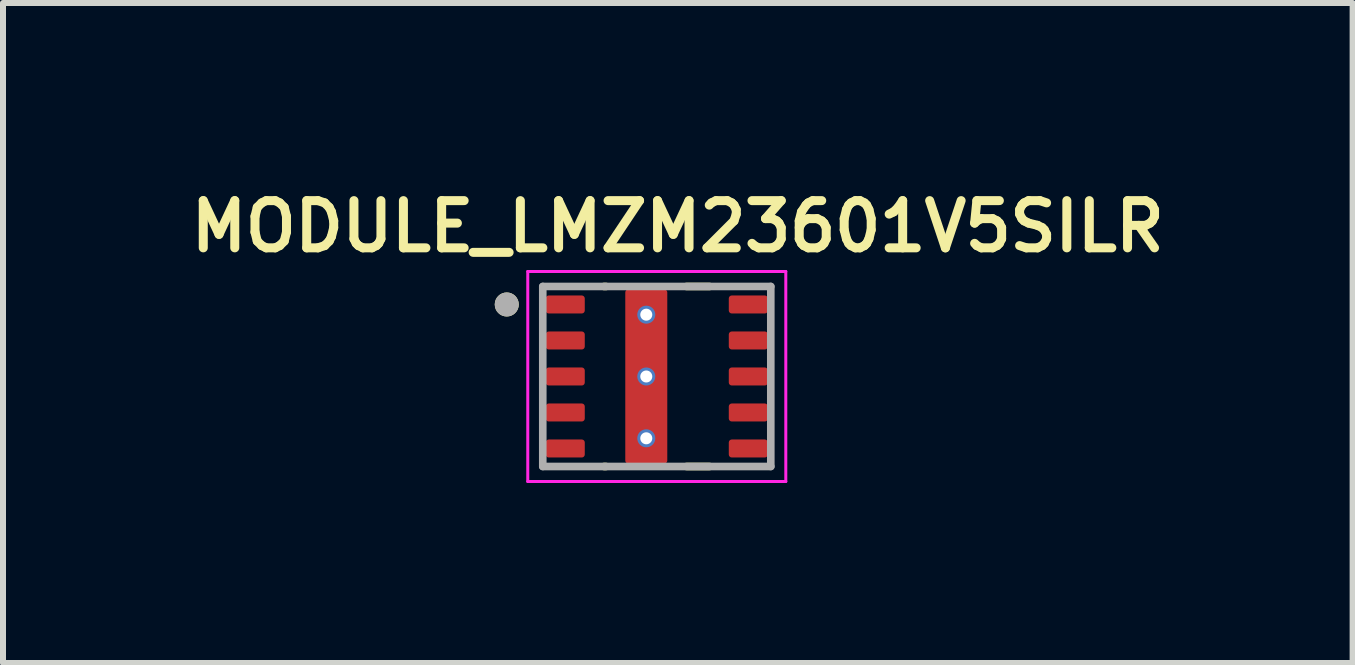
<source format=kicad_pcb>
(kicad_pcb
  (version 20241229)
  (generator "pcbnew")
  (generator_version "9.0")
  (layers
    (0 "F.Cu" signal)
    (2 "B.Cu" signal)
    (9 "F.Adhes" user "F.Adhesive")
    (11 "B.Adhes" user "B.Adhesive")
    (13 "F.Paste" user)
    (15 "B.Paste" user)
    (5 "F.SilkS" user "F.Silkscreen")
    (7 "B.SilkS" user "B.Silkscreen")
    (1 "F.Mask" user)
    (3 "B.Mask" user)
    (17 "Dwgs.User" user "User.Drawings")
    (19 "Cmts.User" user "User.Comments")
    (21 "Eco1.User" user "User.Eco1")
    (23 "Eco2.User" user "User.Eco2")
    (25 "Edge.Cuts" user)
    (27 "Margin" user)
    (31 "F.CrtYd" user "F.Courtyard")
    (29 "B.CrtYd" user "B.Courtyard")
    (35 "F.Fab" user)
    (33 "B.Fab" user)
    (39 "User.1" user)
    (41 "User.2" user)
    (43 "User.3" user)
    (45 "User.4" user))
  (footprint "MODULE_LMZM23601V5SILR"
    (layer "F.Cu")
    (at 7.895 3.224)
    (property "Reference" "MODULE_LMZM23601V5SILR" (at 0.35 -2.5 0) (layer "F.SilkS") (effects (font (size 0.787 0.787) (thickness 0.15))))
    (attr smd)
    (fp_poly (pts (xy -1.8 -1.4) (xy -1.25 -1.4) (xy -1.245 -1.4) (xy -1.24 -1.399) (xy -1.234 -1.399) (xy -1.229 -1.398) (xy -1.224 -1.397) (xy -1.219 -1.395) (xy -1.214 -1.393) (xy -1.209 -1.391) (xy -1.205 -1.389) (xy -1.2 -1.387) (xy -1.196 -1.384) (xy -1.191 -1.381) (xy -1.187 -1.378) (xy -1.183 -1.374) (xy -1.179 -1.371) (xy -1.176 -1.367) (xy -1.172 -1.363) (xy -1.169 -1.359) (xy -1.166 -1.354) (xy -1.163 -1.35) (xy -1.161 -1.345) (xy -1.159 -1.341) (xy -1.157 -1.336) (xy -1.155 -1.331) (xy -1.153 -1.326) (xy -1.152 -1.321) (xy -1.151 -1.316) (xy -1.151 -1.31) (xy -1.15 -1.305) (xy -1.15 -1.3) (xy -1.15 -1.1) (xy -1.15 -1.095) (xy -1.151 -1.09) (xy -1.151 -1.084) (xy -1.152 -1.079) (xy -1.153 -1.074) (xy -1.155 -1.069) (xy -1.157 -1.064) (xy -1.159 -1.059) (xy -1.161 -1.055) (xy -1.163 -1.05) (xy -1.166 -1.046) (xy -1.169 -1.041) (xy -1.172 -1.037) (xy -1.176 -1.033) (xy -1.179 -1.029) (xy -1.183 -1.026) (xy -1.187 -1.022) (xy -1.191 -1.019) (xy -1.196 -1.016) (xy -1.2 -1.013) (xy -1.205 -1.011) (xy -1.209 -1.009) (xy -1.214 -1.007) (xy -1.219 -1.005) (xy -1.224 -1.003) (xy -1.229 -1.002) (xy -1.234 -1.001) (xy -1.24 -1.001) (xy -1.245 -1) (xy -1.25 -1) (xy -1.8 -1) (xy -1.805 -1) (xy -1.81 -1.001) (xy -1.816 -1.001) (xy -1.821 -1.002) (xy -1.826 -1.003) (xy -1.831 -1.005) (xy -1.836 -1.007) (xy -1.841 -1.009) (xy -1.845 -1.011) (xy -1.85 -1.013) (xy -1.854 -1.016) (xy -1.859 -1.019) (xy -1.863 -1.022) (xy -1.867 -1.026) (xy -1.871 -1.029) (xy -1.874 -1.033) (xy -1.878 -1.037) (xy -1.881 -1.041) (xy -1.884 -1.046) (xy -1.887 -1.05) (xy -1.889 -1.055) (xy -1.891 -1.059) (xy -1.893 -1.064) (xy -1.895 -1.069) (xy -1.897 -1.074) (xy -1.898 -1.079) (xy -1.899 -1.084) (xy -1.899 -1.09) (xy -1.9 -1.095) (xy -1.9 -1.1) (xy -1.9 -1.3) (xy -1.9 -1.305) (xy -1.899 -1.31) (xy -1.899 -1.316) (xy -1.898 -1.321) (xy -1.897 -1.326) (xy -1.895 -1.331) (xy -1.893 -1.336) (xy -1.891 -1.341) (xy -1.889 -1.345) (xy -1.887 -1.35) (xy -1.884 -1.354) (xy -1.881 -1.359) (xy -1.878 -1.363) (xy -1.874 -1.367) (xy -1.871 -1.371) (xy -1.867 -1.374) (xy -1.863 -1.378) (xy -1.859 -1.381) (xy -1.854 -1.384) (xy -1.85 -1.387) (xy -1.845 -1.389) (xy -1.841 -1.391) (xy -1.836 -1.393) (xy -1.831 -1.395) (xy -1.826 -1.397) (xy -1.821 -1.398) (xy -1.816 -1.399) (xy -1.81 -1.399) (xy -1.805 -1.4) (xy -1.8 -1.4)) (stroke (width 0.01) (type solid)) (fill yes) (layer "F.Mask"))
    (fp_poly (pts (xy -1.8 -0.8) (xy -1.25 -0.8) (xy -1.245 -0.8) (xy -1.24 -0.799) (xy -1.234 -0.799) (xy -1.229 -0.798) (xy -1.224 -0.797) (xy -1.219 -0.795) (xy -1.214 -0.793) (xy -1.209 -0.791) (xy -1.205 -0.789) (xy -1.2 -0.787) (xy -1.196 -0.784) (xy -1.191 -0.781) (xy -1.187 -0.778) (xy -1.183 -0.774) (xy -1.179 -0.771) (xy -1.176 -0.767) (xy -1.172 -0.763) (xy -1.169 -0.759) (xy -1.166 -0.754) (xy -1.163 -0.75) (xy -1.161 -0.745) (xy -1.159 -0.741) (xy -1.157 -0.736) (xy -1.155 -0.731) (xy -1.153 -0.726) (xy -1.152 -0.721) (xy -1.151 -0.716) (xy -1.151 -0.71) (xy -1.15 -0.705) (xy -1.15 -0.7) (xy -1.15 -0.5) (xy -1.15 -0.495) (xy -1.151 -0.49) (xy -1.151 -0.484) (xy -1.152 -0.479) (xy -1.153 -0.474) (xy -1.155 -0.469) (xy -1.157 -0.464) (xy -1.159 -0.459) (xy -1.161 -0.455) (xy -1.163 -0.45) (xy -1.166 -0.446) (xy -1.169 -0.441) (xy -1.172 -0.437) (xy -1.176 -0.433) (xy -1.179 -0.429) (xy -1.183 -0.426) (xy -1.187 -0.422) (xy -1.191 -0.419) (xy -1.196 -0.416) (xy -1.2 -0.413) (xy -1.205 -0.411) (xy -1.209 -0.409) (xy -1.214 -0.407) (xy -1.219 -0.405) (xy -1.224 -0.403) (xy -1.229 -0.402) (xy -1.234 -0.401) (xy -1.24 -0.401) (xy -1.245 -0.4) (xy -1.25 -0.4) (xy -1.8 -0.4) (xy -1.805 -0.4) (xy -1.81 -0.401) (xy -1.816 -0.401) (xy -1.821 -0.402) (xy -1.826 -0.403) (xy -1.831 -0.405) (xy -1.836 -0.407) (xy -1.841 -0.409) (xy -1.845 -0.411) (xy -1.85 -0.413) (xy -1.854 -0.416) (xy -1.859 -0.419) (xy -1.863 -0.422) (xy -1.867 -0.426) (xy -1.871 -0.429) (xy -1.874 -0.433) (xy -1.878 -0.437) (xy -1.881 -0.441) (xy -1.884 -0.446) (xy -1.887 -0.45) (xy -1.889 -0.455) (xy -1.891 -0.459) (xy -1.893 -0.464) (xy -1.895 -0.469) (xy -1.897 -0.474) (xy -1.898 -0.479) (xy -1.899 -0.484) (xy -1.899 -0.49) (xy -1.9 -0.495) (xy -1.9 -0.5) (xy -1.9 -0.7) (xy -1.9 -0.705) (xy -1.899 -0.71) (xy -1.899 -0.716) (xy -1.898 -0.721) (xy -1.897 -0.726) (xy -1.895 -0.731) (xy -1.893 -0.736) (xy -1.891 -0.741) (xy -1.889 -0.745) (xy -1.887 -0.75) (xy -1.884 -0.754) (xy -1.881 -0.759) (xy -1.878 -0.763) (xy -1.874 -0.767) (xy -1.871 -0.771) (xy -1.867 -0.774) (xy -1.863 -0.778) (xy -1.859 -0.781) (xy -1.854 -0.784) (xy -1.85 -0.787) (xy -1.845 -0.789) (xy -1.841 -0.791) (xy -1.836 -0.793) (xy -1.831 -0.795) (xy -1.826 -0.797) (xy -1.821 -0.798) (xy -1.816 -0.799) (xy -1.81 -0.799) (xy -1.805 -0.8) (xy -1.8 -0.8)) (stroke (width 0.01) (type solid)) (fill yes) (layer "F.Mask"))
    (fp_poly (pts (xy -1.8 0.4) (xy -1.25 0.4) (xy -1.245 0.4) (xy -1.24 0.401) (xy -1.234 0.401) (xy -1.229 0.402) (xy -1.224 0.403) (xy -1.219 0.405) (xy -1.214 0.407) (xy -1.209 0.409) (xy -1.205 0.411) (xy -1.2 0.413) (xy -1.196 0.416) (xy -1.191 0.419) (xy -1.187 0.422) (xy -1.183 0.426) (xy -1.179 0.429) (xy -1.176 0.433) (xy -1.172 0.437) (xy -1.169 0.441) (xy -1.166 0.446) (xy -1.163 0.45) (xy -1.161 0.455) (xy -1.159 0.459) (xy -1.157 0.464) (xy -1.155 0.469) (xy -1.153 0.474) (xy -1.152 0.479) (xy -1.151 0.484) (xy -1.151 0.49) (xy -1.15 0.495) (xy -1.15 0.5) (xy -1.15 0.7) (xy -1.15 0.705) (xy -1.151 0.71) (xy -1.151 0.716) (xy -1.152 0.721) (xy -1.153 0.726) (xy -1.155 0.731) (xy -1.157 0.736) (xy -1.159 0.741) (xy -1.161 0.745) (xy -1.163 0.75) (xy -1.166 0.754) (xy -1.169 0.759) (xy -1.172 0.763) (xy -1.176 0.767) (xy -1.179 0.771) (xy -1.183 0.774) (xy -1.187 0.778) (xy -1.191 0.781) (xy -1.196 0.784) (xy -1.2 0.787) (xy -1.205 0.789) (xy -1.209 0.791) (xy -1.214 0.793) (xy -1.219 0.795) (xy -1.224 0.797) (xy -1.229 0.798) (xy -1.234 0.799) (xy -1.24 0.799) (xy -1.245 0.8) (xy -1.25 0.8) (xy -1.8 0.8) (xy -1.805 0.8) (xy -1.81 0.799) (xy -1.816 0.799) (xy -1.821 0.798) (xy -1.826 0.797) (xy -1.831 0.795) (xy -1.836 0.793) (xy -1.841 0.791) (xy -1.845 0.789) (xy -1.85 0.787) (xy -1.854 0.784) (xy -1.859 0.781) (xy -1.863 0.778) (xy -1.867 0.774) (xy -1.871 0.771) (xy -1.874 0.767) (xy -1.878 0.763) (xy -1.881 0.759) (xy -1.884 0.754) (xy -1.887 0.75) (xy -1.889 0.745) (xy -1.891 0.741) (xy -1.893 0.736) (xy -1.895 0.731) (xy -1.897 0.726) (xy -1.898 0.721) (xy -1.899 0.716) (xy -1.899 0.71) (xy -1.9 0.705) (xy -1.9 0.7) (xy -1.9 0.5) (xy -1.9 0.495) (xy -1.899 0.49) (xy -1.899 0.484) (xy -1.898 0.479) (xy -1.897 0.474) (xy -1.895 0.469) (xy -1.893 0.464) (xy -1.891 0.459) (xy -1.889 0.455) (xy -1.887 0.45) (xy -1.884 0.446) (xy -1.881 0.441) (xy -1.878 0.437) (xy -1.874 0.433) (xy -1.871 0.429) (xy -1.867 0.426) (xy -1.863 0.422) (xy -1.859 0.419) (xy -1.854 0.416) (xy -1.85 0.413) (xy -1.845 0.411) (xy -1.841 0.409) (xy -1.836 0.407) (xy -1.831 0.405) (xy -1.826 0.403) (xy -1.821 0.402) (xy -1.816 0.401) (xy -1.81 0.401) (xy -1.805 0.4) (xy -1.8 0.4)) (stroke (width 0.01) (type solid)) (fill yes) (layer "F.Mask"))
    (fp_poly (pts (xy -1.8 1) (xy -1.25 1) (xy -1.245 1) (xy -1.24 1.001) (xy -1.234 1.001) (xy -1.229 1.002) (xy -1.224 1.003) (xy -1.219 1.005) (xy -1.214 1.007) (xy -1.209 1.009) (xy -1.205 1.011) (xy -1.2 1.013) (xy -1.196 1.016) (xy -1.191 1.019) (xy -1.187 1.022) (xy -1.183 1.026) (xy -1.179 1.029) (xy -1.176 1.033) (xy -1.172 1.037) (xy -1.169 1.041) (xy -1.166 1.046) (xy -1.163 1.05) (xy -1.161 1.055) (xy -1.159 1.059) (xy -1.157 1.064) (xy -1.155 1.069) (xy -1.153 1.074) (xy -1.152 1.079) (xy -1.151 1.084) (xy -1.151 1.09) (xy -1.15 1.095) (xy -1.15 1.1) (xy -1.15 1.3) (xy -1.15 1.305) (xy -1.151 1.31) (xy -1.151 1.316) (xy -1.152 1.321) (xy -1.153 1.326) (xy -1.155 1.331) (xy -1.157 1.336) (xy -1.159 1.341) (xy -1.161 1.345) (xy -1.163 1.35) (xy -1.166 1.354) (xy -1.169 1.359) (xy -1.172 1.363) (xy -1.176 1.367) (xy -1.179 1.371) (xy -1.183 1.374) (xy -1.187 1.378) (xy -1.191 1.381) (xy -1.196 1.384) (xy -1.2 1.387) (xy -1.205 1.389) (xy -1.209 1.391) (xy -1.214 1.393) (xy -1.219 1.395) (xy -1.224 1.397) (xy -1.229 1.398) (xy -1.234 1.399) (xy -1.24 1.399) (xy -1.245 1.4) (xy -1.25 1.4) (xy -1.8 1.4) (xy -1.805 1.4) (xy -1.81 1.399) (xy -1.816 1.399) (xy -1.821 1.398) (xy -1.826 1.397) (xy -1.831 1.395) (xy -1.836 1.393) (xy -1.841 1.391) (xy -1.845 1.389) (xy -1.85 1.387) (xy -1.854 1.384) (xy -1.859 1.381) (xy -1.863 1.378) (xy -1.867 1.374) (xy -1.871 1.371) (xy -1.874 1.367) (xy -1.878 1.363) (xy -1.881 1.359) (xy -1.884 1.354) (xy -1.887 1.35) (xy -1.889 1.345) (xy -1.891 1.341) (xy -1.893 1.336) (xy -1.895 1.331) (xy -1.897 1.326) (xy -1.898 1.321) (xy -1.899 1.316) (xy -1.899 1.31) (xy -1.9 1.305) (xy -1.9 1.3) (xy -1.9 1.1) (xy -1.9 1.095) (xy -1.899 1.09) (xy -1.899 1.084) (xy -1.898 1.079) (xy -1.897 1.074) (xy -1.895 1.069) (xy -1.893 1.064) (xy -1.891 1.059) (xy -1.889 1.055) (xy -1.887 1.05) (xy -1.884 1.046) (xy -1.881 1.041) (xy -1.878 1.037) (xy -1.874 1.033) (xy -1.871 1.029) (xy -1.867 1.026) (xy -1.863 1.022) (xy -1.859 1.019) (xy -1.854 1.016) (xy -1.85 1.013) (xy -1.845 1.011) (xy -1.841 1.009) (xy -1.836 1.007) (xy -1.831 1.005) (xy -1.826 1.003) (xy -1.821 1.002) (xy -1.816 1.001) (xy -1.81 1.001) (xy -1.805 1) (xy -1.8 1)) (stroke (width 0.01) (type solid)) (fill yes) (layer "F.Mask"))
    (fp_poly (pts (xy -1.25 0.2) (xy -1.8 0.2) (xy -1.805 0.2) (xy -1.81 0.199) (xy -1.816 0.199) (xy -1.821 0.198) (xy -1.826 0.197) (xy -1.831 0.195) (xy -1.836 0.193) (xy -1.841 0.191) (xy -1.845 0.189) (xy -1.85 0.187) (xy -1.854 0.184) (xy -1.859 0.181) (xy -1.863 0.178) (xy -1.867 0.174) (xy -1.871 0.171) (xy -1.874 0.167) (xy -1.878 0.163) (xy -1.881 0.159) (xy -1.884 0.154) (xy -1.887 0.15) (xy -1.889 0.145) (xy -1.891 0.141) (xy -1.893 0.136) (xy -1.895 0.131) (xy -1.897 0.126) (xy -1.898 0.121) (xy -1.899 0.116) (xy -1.899 0.11) (xy -1.9 0.105) (xy -1.9 0.1) (xy -1.9 -0.1) (xy -1.9 -0.105) (xy -1.899 -0.11) (xy -1.899 -0.116) (xy -1.898 -0.121) (xy -1.897 -0.126) (xy -1.895 -0.131) (xy -1.893 -0.136) (xy -1.891 -0.141) (xy -1.889 -0.145) (xy -1.887 -0.15) (xy -1.884 -0.154) (xy -1.881 -0.159) (xy -1.878 -0.163) (xy -1.874 -0.167) (xy -1.871 -0.171) (xy -1.867 -0.174) (xy -1.863 -0.178) (xy -1.859 -0.181) (xy -1.854 -0.184) (xy -1.85 -0.187) (xy -1.845 -0.189) (xy -1.841 -0.191) (xy -1.836 -0.193) (xy -1.831 -0.195) (xy -1.826 -0.197) (xy -1.821 -0.198) (xy -1.816 -0.199) (xy -1.81 -0.199) (xy -1.805 -0.2) (xy -1.8 -0.2) (xy -1.25 -0.2) (xy -1.245 -0.2) (xy -1.24 -0.199) (xy -1.234 -0.199) (xy -1.229 -0.198) (xy -1.224 -0.197) (xy -1.219 -0.195) (xy -1.214 -0.193) (xy -1.209 -0.191) (xy -1.205 -0.189) (xy -1.2 -0.187) (xy -1.196 -0.184) (xy -1.191 -0.181) (xy -1.187 -0.178) (xy -1.183 -0.174) (xy -1.179 -0.171) (xy -1.176 -0.167) (xy -1.172 -0.163) (xy -1.169 -0.159) (xy -1.166 -0.154) (xy -1.163 -0.15) (xy -1.161 -0.145) (xy -1.159 -0.141) (xy -1.157 -0.136) (xy -1.155 -0.131) (xy -1.153 -0.126) (xy -1.152 -0.121) (xy -1.151 -0.116) (xy -1.151 -0.11) (xy -1.15 -0.105) (xy -1.15 -0.1) (xy -1.15 0.1) (xy -1.15 0.105) (xy -1.151 0.11) (xy -1.151 0.116) (xy -1.152 0.121) (xy -1.153 0.126) (xy -1.155 0.131) (xy -1.157 0.136) (xy -1.159 0.141) (xy -1.161 0.145) (xy -1.163 0.15) (xy -1.166 0.154) (xy -1.169 0.159) (xy -1.172 0.163) (xy -1.176 0.167) (xy -1.179 0.171) (xy -1.183 0.174) (xy -1.187 0.178) (xy -1.191 0.181) (xy -1.196 0.184) (xy -1.2 0.187) (xy -1.205 0.189) (xy -1.209 0.191) (xy -1.214 0.193) (xy -1.219 0.195) (xy -1.224 0.197) (xy -1.229 0.198) (xy -1.234 0.199) (xy -1.24 0.199) (xy -1.245 0.2) (xy -1.25 0.2)) (stroke (width 0.01) (type solid)) (fill yes) (layer "F.Mask"))
    (fp_poly (pts (xy -0.575 1.4) (xy -0.575 -1.4) (xy -0.575 -1.405) (xy -0.574 -1.41) (xy -0.574 -1.416) (xy -0.573 -1.421) (xy -0.572 -1.426) (xy -0.57 -1.431) (xy -0.568 -1.436) (xy -0.566 -1.441) (xy -0.564 -1.445) (xy -0.562 -1.45) (xy -0.559 -1.454) (xy -0.556 -1.459) (xy -0.553 -1.463) (xy -0.549 -1.467) (xy -0.546 -1.471) (xy -0.542 -1.474) (xy -0.538 -1.478) (xy -0.534 -1.481) (xy -0.529 -1.484) (xy -0.525 -1.487) (xy -0.52 -1.489) (xy -0.516 -1.491) (xy -0.511 -1.493) (xy -0.506 -1.495) (xy -0.501 -1.497) (xy -0.496 -1.498) (xy -0.491 -1.499) (xy -0.485 -1.499) (xy -0.48 -1.5) (xy -0.475 -1.5) (xy 0.125 -1.5) (xy 0.13 -1.5) (xy 0.135 -1.499) (xy 0.141 -1.499) (xy 0.146 -1.498) (xy 0.151 -1.497) (xy 0.156 -1.495) (xy 0.161 -1.493) (xy 0.166 -1.491) (xy 0.17 -1.489) (xy 0.175 -1.487) (xy 0.179 -1.484) (xy 0.184 -1.481) (xy 0.188 -1.478) (xy 0.192 -1.474) (xy 0.196 -1.471) (xy 0.199 -1.467) (xy 0.203 -1.463) (xy 0.206 -1.459) (xy 0.209 -1.454) (xy 0.212 -1.45) (xy 0.214 -1.445) (xy 0.216 -1.441) (xy 0.218 -1.436) (xy 0.22 -1.431) (xy 0.222 -1.426) (xy 0.223 -1.421) (xy 0.224 -1.416) (xy 0.224 -1.41) (xy 0.225 -1.405) (xy 0.225 -1.4) (xy 0.225 1.4) (xy 0.225 1.405) (xy 0.224 1.41) (xy 0.224 1.416) (xy 0.223 1.421) (xy 0.222 1.426) (xy 0.22 1.431) (xy 0.218 1.436) (xy 0.216 1.441) (xy 0.214 1.445) (xy 0.212 1.45) (xy 0.209 1.454) (xy 0.206 1.459) (xy 0.203 1.463) (xy 0.199 1.467) (xy 0.196 1.471) (xy 0.192 1.474) (xy 0.188 1.478) (xy 0.184 1.481) (xy 0.179 1.484) (xy 0.175 1.487) (xy 0.17 1.489) (xy 0.166 1.491) (xy 0.161 1.493) (xy 0.156 1.495) (xy 0.151 1.497) (xy 0.146 1.498) (xy 0.141 1.499) (xy 0.135 1.499) (xy 0.13 1.5) (xy 0.125 1.5) (xy -0.475 1.5) (xy -0.48 1.5) (xy -0.485 1.499) (xy -0.491 1.499) (xy -0.496 1.498) (xy -0.501 1.497) (xy -0.506 1.495) (xy -0.511 1.493) (xy -0.516 1.491) (xy -0.52 1.489) (xy -0.525 1.487) (xy -0.529 1.484) (xy -0.534 1.481) (xy -0.538 1.478) (xy -0.542 1.474) (xy -0.546 1.471) (xy -0.549 1.467) (xy -0.553 1.463) (xy -0.556 1.459) (xy -0.559 1.454) (xy -0.562 1.45) (xy -0.564 1.445) (xy -0.566 1.441) (xy -0.568 1.436) (xy -0.57 1.431) (xy -0.572 1.426) (xy -0.573 1.421) (xy -0.574 1.416) (xy -0.574 1.41) (xy -0.575 1.405) (xy -0.575 1.4)) (stroke (width 0.01) (type solid)) (fill yes) (layer "F.Mask"))
    (fp_poly (pts (xy 1.25 -1.4) (xy 1.8 -1.4) (xy 1.805 -1.4) (xy 1.81 -1.399) (xy 1.816 -1.399) (xy 1.821 -1.398) (xy 1.826 -1.397) (xy 1.831 -1.395) (xy 1.836 -1.393) (xy 1.841 -1.391) (xy 1.845 -1.389) (xy 1.85 -1.387) (xy 1.854 -1.384) (xy 1.859 -1.381) (xy 1.863 -1.378) (xy 1.867 -1.374) (xy 1.871 -1.371) (xy 1.874 -1.367) (xy 1.878 -1.363) (xy 1.881 -1.359) (xy 1.884 -1.354) (xy 1.887 -1.35) (xy 1.889 -1.345) (xy 1.891 -1.341) (xy 1.893 -1.336) (xy 1.895 -1.331) (xy 1.897 -1.326) (xy 1.898 -1.321) (xy 1.899 -1.316) (xy 1.899 -1.31) (xy 1.9 -1.305) (xy 1.9 -1.3) (xy 1.9 -1.1) (xy 1.9 -1.095) (xy 1.899 -1.09) (xy 1.899 -1.084) (xy 1.898 -1.079) (xy 1.897 -1.074) (xy 1.895 -1.069) (xy 1.893 -1.064) (xy 1.891 -1.059) (xy 1.889 -1.055) (xy 1.887 -1.05) (xy 1.884 -1.046) (xy 1.881 -1.041) (xy 1.878 -1.037) (xy 1.874 -1.033) (xy 1.871 -1.029) (xy 1.867 -1.026) (xy 1.863 -1.022) (xy 1.859 -1.019) (xy 1.854 -1.016) (xy 1.85 -1.013) (xy 1.845 -1.011) (xy 1.841 -1.009) (xy 1.836 -1.007) (xy 1.831 -1.005) (xy 1.826 -1.003) (xy 1.821 -1.002) (xy 1.816 -1.001) (xy 1.81 -1.001) (xy 1.805 -1) (xy 1.8 -1) (xy 1.25 -1) (xy 1.245 -1) (xy 1.24 -1.001) (xy 1.234 -1.001) (xy 1.229 -1.002) (xy 1.224 -1.003) (xy 1.219 -1.005) (xy 1.214 -1.007) (xy 1.209 -1.009) (xy 1.205 -1.011) (xy 1.2 -1.013) (xy 1.196 -1.016) (xy 1.191 -1.019) (xy 1.187 -1.022) (xy 1.183 -1.026) (xy 1.179 -1.029) (xy 1.176 -1.033) (xy 1.172 -1.037) (xy 1.169 -1.041) (xy 1.166 -1.046) (xy 1.163 -1.05) (xy 1.161 -1.055) (xy 1.159 -1.059) (xy 1.157 -1.064) (xy 1.155 -1.069) (xy 1.153 -1.074) (xy 1.152 -1.079) (xy 1.151 -1.084) (xy 1.151 -1.09) (xy 1.15 -1.095) (xy 1.15 -1.1) (xy 1.15 -1.3) (xy 1.15 -1.305) (xy 1.151 -1.31) (xy 1.151 -1.316) (xy 1.152 -1.321) (xy 1.153 -1.326) (xy 1.155 -1.331) (xy 1.157 -1.336) (xy 1.159 -1.341) (xy 1.161 -1.345) (xy 1.163 -1.35) (xy 1.166 -1.354) (xy 1.169 -1.359) (xy 1.172 -1.363) (xy 1.176 -1.367) (xy 1.179 -1.371) (xy 1.183 -1.374) (xy 1.187 -1.378) (xy 1.191 -1.381) (xy 1.196 -1.384) (xy 1.2 -1.387) (xy 1.205 -1.389) (xy 1.209 -1.391) (xy 1.214 -1.393) (xy 1.219 -1.395) (xy 1.224 -1.397) (xy 1.229 -1.398) (xy 1.234 -1.399) (xy 1.24 -1.399) (xy 1.245 -1.4) (xy 1.25 -1.4)) (stroke (width 0.01) (type solid)) (fill yes) (layer "F.Mask"))
    (fp_poly (pts (xy 1.25 -0.8) (xy 1.8 -0.8) (xy 1.805 -0.8) (xy 1.81 -0.799) (xy 1.816 -0.799) (xy 1.821 -0.798) (xy 1.826 -0.797) (xy 1.831 -0.795) (xy 1.836 -0.793) (xy 1.841 -0.791) (xy 1.845 -0.789) (xy 1.85 -0.787) (xy 1.854 -0.784) (xy 1.859 -0.781) (xy 1.863 -0.778) (xy 1.867 -0.774) (xy 1.871 -0.771) (xy 1.874 -0.767) (xy 1.878 -0.763) (xy 1.881 -0.759) (xy 1.884 -0.754) (xy 1.887 -0.75) (xy 1.889 -0.745) (xy 1.891 -0.741) (xy 1.893 -0.736) (xy 1.895 -0.731) (xy 1.897 -0.726) (xy 1.898 -0.721) (xy 1.899 -0.716) (xy 1.899 -0.71) (xy 1.9 -0.705) (xy 1.9 -0.7) (xy 1.9 -0.5) (xy 1.9 -0.495) (xy 1.899 -0.49) (xy 1.899 -0.484) (xy 1.898 -0.479) (xy 1.897 -0.474) (xy 1.895 -0.469) (xy 1.893 -0.464) (xy 1.891 -0.459) (xy 1.889 -0.455) (xy 1.887 -0.45) (xy 1.884 -0.446) (xy 1.881 -0.441) (xy 1.878 -0.437) (xy 1.874 -0.433) (xy 1.871 -0.429) (xy 1.867 -0.426) (xy 1.863 -0.422) (xy 1.859 -0.419) (xy 1.854 -0.416) (xy 1.85 -0.413) (xy 1.845 -0.411) (xy 1.841 -0.409) (xy 1.836 -0.407) (xy 1.831 -0.405) (xy 1.826 -0.403) (xy 1.821 -0.402) (xy 1.816 -0.401) (xy 1.81 -0.401) (xy 1.805 -0.4) (xy 1.8 -0.4) (xy 1.25 -0.4) (xy 1.245 -0.4) (xy 1.24 -0.401) (xy 1.234 -0.401) (xy 1.229 -0.402) (xy 1.224 -0.403) (xy 1.219 -0.405) (xy 1.214 -0.407) (xy 1.209 -0.409) (xy 1.205 -0.411) (xy 1.2 -0.413) (xy 1.196 -0.416) (xy 1.191 -0.419) (xy 1.187 -0.422) (xy 1.183 -0.426) (xy 1.179 -0.429) (xy 1.176 -0.433) (xy 1.172 -0.437) (xy 1.169 -0.441) (xy 1.166 -0.446) (xy 1.163 -0.45) (xy 1.161 -0.455) (xy 1.159 -0.459) (xy 1.157 -0.464) (xy 1.155 -0.469) (xy 1.153 -0.474) (xy 1.152 -0.479) (xy 1.151 -0.484) (xy 1.151 -0.49) (xy 1.15 -0.495) (xy 1.15 -0.5) (xy 1.15 -0.7) (xy 1.15 -0.705) (xy 1.151 -0.71) (xy 1.151 -0.716) (xy 1.152 -0.721) (xy 1.153 -0.726) (xy 1.155 -0.731) (xy 1.157 -0.736) (xy 1.159 -0.741) (xy 1.161 -0.745) (xy 1.163 -0.75) (xy 1.166 -0.754) (xy 1.169 -0.759) (xy 1.172 -0.763) (xy 1.176 -0.767) (xy 1.179 -0.771) (xy 1.183 -0.774) (xy 1.187 -0.778) (xy 1.191 -0.781) (xy 1.196 -0.784) (xy 1.2 -0.787) (xy 1.205 -0.789) (xy 1.209 -0.791) (xy 1.214 -0.793) (xy 1.219 -0.795) (xy 1.224 -0.797) (xy 1.229 -0.798) (xy 1.234 -0.799) (xy 1.24 -0.799) (xy 1.245 -0.8) (xy 1.25 -0.8)) (stroke (width 0.01) (type solid)) (fill yes) (layer "F.Mask"))
    (fp_poly (pts (xy 1.25 -0.2) (xy 1.8 -0.2) (xy 1.805 -0.2) (xy 1.81 -0.199) (xy 1.816 -0.199) (xy 1.821 -0.198) (xy 1.826 -0.197) (xy 1.831 -0.195) (xy 1.836 -0.193) (xy 1.841 -0.191) (xy 1.845 -0.189) (xy 1.85 -0.187) (xy 1.854 -0.184) (xy 1.859 -0.181) (xy 1.863 -0.178) (xy 1.867 -0.174) (xy 1.871 -0.171) (xy 1.874 -0.167) (xy 1.878 -0.163) (xy 1.881 -0.159) (xy 1.884 -0.154) (xy 1.887 -0.15) (xy 1.889 -0.145) (xy 1.891 -0.141) (xy 1.893 -0.136) (xy 1.895 -0.131) (xy 1.897 -0.126) (xy 1.898 -0.121) (xy 1.899 -0.116) (xy 1.899 -0.11) (xy 1.9 -0.105) (xy 1.9 -0.1) (xy 1.9 0.1) (xy 1.9 0.105) (xy 1.899 0.11) (xy 1.899 0.116) (xy 1.898 0.121) (xy 1.897 0.126) (xy 1.895 0.131) (xy 1.893 0.136) (xy 1.891 0.141) (xy 1.889 0.145) (xy 1.887 0.15) (xy 1.884 0.154) (xy 1.881 0.159) (xy 1.878 0.163) (xy 1.874 0.167) (xy 1.871 0.171) (xy 1.867 0.174) (xy 1.863 0.178) (xy 1.859 0.181) (xy 1.854 0.184) (xy 1.85 0.187) (xy 1.845 0.189) (xy 1.841 0.191) (xy 1.836 0.193) (xy 1.831 0.195) (xy 1.826 0.197) (xy 1.821 0.198) (xy 1.816 0.199) (xy 1.81 0.199) (xy 1.805 0.2) (xy 1.8 0.2) (xy 1.25 0.2) (xy 1.245 0.2) (xy 1.24 0.199) (xy 1.234 0.199) (xy 1.229 0.198) (xy 1.224 0.197) (xy 1.219 0.195) (xy 1.214 0.193) (xy 1.209 0.191) (xy 1.205 0.189) (xy 1.2 0.187) (xy 1.196 0.184) (xy 1.191 0.181) (xy 1.187 0.178) (xy 1.183 0.174) (xy 1.179 0.171) (xy 1.176 0.167) (xy 1.172 0.163) (xy 1.169 0.159) (xy 1.166 0.154) (xy 1.163 0.15) (xy 1.161 0.145) (xy 1.159 0.141) (xy 1.157 0.136) (xy 1.155 0.131) (xy 1.153 0.126) (xy 1.152 0.121) (xy 1.151 0.116) (xy 1.151 0.11) (xy 1.15 0.105) (xy 1.15 0.1) (xy 1.15 -0.1) (xy 1.15 -0.105) (xy 1.151 -0.11) (xy 1.151 -0.116) (xy 1.152 -0.121) (xy 1.153 -0.126) (xy 1.155 -0.131) (xy 1.157 -0.136) (xy 1.159 -0.141) (xy 1.161 -0.145) (xy 1.163 -0.15) (xy 1.166 -0.154) (xy 1.169 -0.159) (xy 1.172 -0.163) (xy 1.176 -0.167) (xy 1.179 -0.171) (xy 1.183 -0.174) (xy 1.187 -0.178) (xy 1.191 -0.181) (xy 1.196 -0.184) (xy 1.2 -0.187) (xy 1.205 -0.189) (xy 1.209 -0.191) (xy 1.214 -0.193) (xy 1.219 -0.195) (xy 1.224 -0.197) (xy 1.229 -0.198) (xy 1.234 -0.199) (xy 1.24 -0.199) (xy 1.245 -0.2) (xy 1.25 -0.2)) (stroke (width 0.01) (type solid)) (fill yes) (layer "F.Mask"))
    (fp_poly (pts (xy 1.25 0.4) (xy 1.8 0.4) (xy 1.805 0.4) (xy 1.81 0.401) (xy 1.816 0.401) (xy 1.821 0.402) (xy 1.826 0.403) (xy 1.831 0.405) (xy 1.836 0.407) (xy 1.841 0.409) (xy 1.845 0.411) (xy 1.85 0.413) (xy 1.854 0.416) (xy 1.859 0.419) (xy 1.863 0.422) (xy 1.867 0.426) (xy 1.871 0.429) (xy 1.874 0.433) (xy 1.878 0.437) (xy 1.881 0.441) (xy 1.884 0.446) (xy 1.887 0.45) (xy 1.889 0.455) (xy 1.891 0.459) (xy 1.893 0.464) (xy 1.895 0.469) (xy 1.897 0.474) (xy 1.898 0.479) (xy 1.899 0.484) (xy 1.899 0.49) (xy 1.9 0.495) (xy 1.9 0.5) (xy 1.9 0.7) (xy 1.9 0.705) (xy 1.899 0.71) (xy 1.899 0.716) (xy 1.898 0.721) (xy 1.897 0.726) (xy 1.895 0.731) (xy 1.893 0.736) (xy 1.891 0.741) (xy 1.889 0.745) (xy 1.887 0.75) (xy 1.884 0.754) (xy 1.881 0.759) (xy 1.878 0.763) (xy 1.874 0.767) (xy 1.871 0.771) (xy 1.867 0.774) (xy 1.863 0.778) (xy 1.859 0.781) (xy 1.854 0.784) (xy 1.85 0.787) (xy 1.845 0.789) (xy 1.841 0.791) (xy 1.836 0.793) (xy 1.831 0.795) (xy 1.826 0.797) (xy 1.821 0.798) (xy 1.816 0.799) (xy 1.81 0.799) (xy 1.805 0.8) (xy 1.8 0.8) (xy 1.25 0.8) (xy 1.245 0.8) (xy 1.24 0.799) (xy 1.234 0.799) (xy 1.229 0.798) (xy 1.224 0.797) (xy 1.219 0.795) (xy 1.214 0.793) (xy 1.209 0.791) (xy 1.205 0.789) (xy 1.2 0.787) (xy 1.196 0.784) (xy 1.191 0.781) (xy 1.187 0.778) (xy 1.183 0.774) (xy 1.179 0.771) (xy 1.176 0.767) (xy 1.172 0.763) (xy 1.169 0.759) (xy 1.166 0.754) (xy 1.163 0.75) (xy 1.161 0.745) (xy 1.159 0.741) (xy 1.157 0.736) (xy 1.155 0.731) (xy 1.153 0.726) (xy 1.152 0.721) (xy 1.151 0.716) (xy 1.151 0.71) (xy 1.15 0.705) (xy 1.15 0.7) (xy 1.15 0.5) (xy 1.15 0.495) (xy 1.151 0.49) (xy 1.151 0.484) (xy 1.152 0.479) (xy 1.153 0.474) (xy 1.155 0.469) (xy 1.157 0.464) (xy 1.159 0.459) (xy 1.161 0.455) (xy 1.163 0.45) (xy 1.166 0.446) (xy 1.169 0.441) (xy 1.172 0.437) (xy 1.176 0.433) (xy 1.179 0.429) (xy 1.183 0.426) (xy 1.187 0.422) (xy 1.191 0.419) (xy 1.196 0.416) (xy 1.2 0.413) (xy 1.205 0.411) (xy 1.209 0.409) (xy 1.214 0.407) (xy 1.219 0.405) (xy 1.224 0.403) (xy 1.229 0.402) (xy 1.234 0.401) (xy 1.24 0.401) (xy 1.245 0.4) (xy 1.25 0.4)) (stroke (width 0.01) (type solid)) (fill yes) (layer "F.Mask"))
    (fp_poly (pts (xy 1.25 1) (xy 1.8 1) (xy 1.805 1) (xy 1.81 1.001) (xy 1.816 1.001) (xy 1.821 1.002) (xy 1.826 1.003) (xy 1.831 1.005) (xy 1.836 1.007) (xy 1.841 1.009) (xy 1.845 1.011) (xy 1.85 1.013) (xy 1.854 1.016) (xy 1.859 1.019) (xy 1.863 1.022) (xy 1.867 1.026) (xy 1.871 1.029) (xy 1.874 1.033) (xy 1.878 1.037) (xy 1.881 1.041) (xy 1.884 1.046) (xy 1.887 1.05) (xy 1.889 1.055) (xy 1.891 1.059) (xy 1.893 1.064) (xy 1.895 1.069) (xy 1.897 1.074) (xy 1.898 1.079) (xy 1.899 1.084) (xy 1.899 1.09) (xy 1.9 1.095) (xy 1.9 1.1) (xy 1.9 1.3) (xy 1.9 1.305) (xy 1.899 1.31) (xy 1.899 1.316) (xy 1.898 1.321) (xy 1.897 1.326) (xy 1.895 1.331) (xy 1.893 1.336) (xy 1.891 1.341) (xy 1.889 1.345) (xy 1.887 1.35) (xy 1.884 1.354) (xy 1.881 1.359) (xy 1.878 1.363) (xy 1.874 1.367) (xy 1.871 1.371) (xy 1.867 1.374) (xy 1.863 1.378) (xy 1.859 1.381) (xy 1.854 1.384) (xy 1.85 1.387) (xy 1.845 1.389) (xy 1.841 1.391) (xy 1.836 1.393) (xy 1.831 1.395) (xy 1.826 1.397) (xy 1.821 1.398) (xy 1.816 1.399) (xy 1.81 1.399) (xy 1.805 1.4) (xy 1.8 1.4) (xy 1.25 1.4) (xy 1.245 1.4) (xy 1.24 1.399) (xy 1.234 1.399) (xy 1.229 1.398) (xy 1.224 1.397) (xy 1.219 1.395) (xy 1.214 1.393) (xy 1.209 1.391) (xy 1.205 1.389) (xy 1.2 1.387) (xy 1.196 1.384) (xy 1.191 1.381) (xy 1.187 1.378) (xy 1.183 1.374) (xy 1.179 1.371) (xy 1.176 1.367) (xy 1.172 1.363) (xy 1.169 1.359) (xy 1.166 1.354) (xy 1.163 1.35) (xy 1.161 1.345) (xy 1.159 1.341) (xy 1.157 1.336) (xy 1.155 1.331) (xy 1.153 1.326) (xy 1.152 1.321) (xy 1.151 1.316) (xy 1.151 1.31) (xy 1.15 1.305) (xy 1.15 1.3) (xy 1.15 1.1) (xy 1.15 1.095) (xy 1.151 1.09) (xy 1.151 1.084) (xy 1.152 1.079) (xy 1.153 1.074) (xy 1.155 1.069) (xy 1.157 1.064) (xy 1.159 1.059) (xy 1.161 1.055) (xy 1.163 1.05) (xy 1.166 1.046) (xy 1.169 1.041) (xy 1.172 1.037) (xy 1.176 1.033) (xy 1.179 1.029) (xy 1.183 1.026) (xy 1.187 1.022) (xy 1.191 1.019) (xy 1.196 1.016) (xy 1.2 1.013) (xy 1.205 1.011) (xy 1.209 1.009) (xy 1.214 1.007) (xy 1.219 1.005) (xy 1.224 1.003) (xy 1.229 1.002) (xy 1.234 1.001) (xy 1.24 1.001) (xy 1.245 1) (xy 1.25 1)) (stroke (width 0.01) (type solid)) (fill yes) (layer "F.Mask"))
    (fp_line (start -0.88 -1.5) (end -0.845 -1.5) (stroke (width 0.127) (type solid)) (layer "F.SilkS"))
    (fp_line (start -0.88 1.5) (end -0.845 1.5) (stroke (width 0.127) (type solid)) (layer "F.SilkS"))
    (fp_line (start 0.495 -1.5) (end 0.88 -1.5) (stroke (width 0.127) (type solid)) (layer "F.SilkS"))
    (fp_line (start 0.495 1.5) (end 0.88 1.5) (stroke (width 0.127) (type solid)) (layer "F.SilkS"))
    (fp_circle (center -2.5 -1.2) (end -2.4 -1.2) (stroke (width 0.2) (type solid)) (fill no) (layer "F.SilkS"))
    (fp_poly (pts (xy -1.2 -1.3) (xy -1.2 -1.1) (xy -1.2 -1.097) (xy -1.2 -1.095) (xy -1.201 -1.092) (xy -1.201 -1.09) (xy -1.202 -1.087) (xy -1.202 -1.085) (xy -1.203 -1.082) (xy -1.204 -1.08) (xy -1.205 -1.077) (xy -1.207 -1.075) (xy -1.208 -1.073) (xy -1.21 -1.071) (xy -1.211 -1.069) (xy -1.213 -1.067) (xy -1.215 -1.065) (xy -1.217 -1.063) (xy -1.219 -1.061) (xy -1.221 -1.06) (xy -1.223 -1.058) (xy -1.225 -1.057) (xy -1.227 -1.055) (xy -1.23 -1.054) (xy -1.232 -1.053) (xy -1.235 -1.052) (xy -1.237 -1.052) (xy -1.24 -1.051) (xy -1.242 -1.051) (xy -1.245 -1.05) (xy -1.247 -1.05) (xy -1.25 -1.05) (xy -1.8 -1.05) (xy -1.803 -1.05) (xy -1.805 -1.05) (xy -1.808 -1.051) (xy -1.81 -1.051) (xy -1.813 -1.052) (xy -1.815 -1.052) (xy -1.818 -1.053) (xy -1.82 -1.054) (xy -1.823 -1.055) (xy -1.825 -1.057) (xy -1.827 -1.058) (xy -1.829 -1.06) (xy -1.831 -1.061) (xy -1.833 -1.063) (xy -1.835 -1.065) (xy -1.837 -1.067) (xy -1.839 -1.069) (xy -1.84 -1.071) (xy -1.842 -1.073) (xy -1.843 -1.075) (xy -1.845 -1.077) (xy -1.846 -1.08) (xy -1.847 -1.082) (xy -1.848 -1.085) (xy -1.848 -1.087) (xy -1.849 -1.09) (xy -1.849 -1.092) (xy -1.85 -1.095) (xy -1.85 -1.097) (xy -1.85 -1.1) (xy -1.85 -1.3) (xy -1.85 -1.303) (xy -1.85 -1.305) (xy -1.849 -1.308) (xy -1.849 -1.31) (xy -1.848 -1.313) (xy -1.848 -1.315) (xy -1.847 -1.318) (xy -1.846 -1.32) (xy -1.845 -1.323) (xy -1.843 -1.325) (xy -1.842 -1.327) (xy -1.84 -1.329) (xy -1.839 -1.331) (xy -1.837 -1.333) (xy -1.835 -1.335) (xy -1.833 -1.337) (xy -1.831 -1.339) (xy -1.829 -1.34) (xy -1.827 -1.342) (xy -1.825 -1.343) (xy -1.823 -1.345) (xy -1.82 -1.346) (xy -1.818 -1.347) (xy -1.815 -1.348) (xy -1.813 -1.348) (xy -1.81 -1.349) (xy -1.808 -1.349) (xy -1.805 -1.35) (xy -1.803 -1.35) (xy -1.8 -1.35) (xy -1.25 -1.35) (xy -1.247 -1.35) (xy -1.245 -1.35) (xy -1.242 -1.349) (xy -1.24 -1.349) (xy -1.237 -1.348) (xy -1.235 -1.348) (xy -1.232 -1.347) (xy -1.23 -1.346) (xy -1.227 -1.345) (xy -1.225 -1.343) (xy -1.223 -1.342) (xy -1.221 -1.34) (xy -1.219 -1.339) (xy -1.217 -1.337) (xy -1.215 -1.335) (xy -1.213 -1.333) (xy -1.211 -1.331) (xy -1.21 -1.329) (xy -1.208 -1.327) (xy -1.207 -1.325) (xy -1.205 -1.323) (xy -1.204 -1.32) (xy -1.203 -1.318) (xy -1.202 -1.315) (xy -1.202 -1.313) (xy -1.201 -1.31) (xy -1.201 -1.308) (xy -1.2 -1.305) (xy -1.2 -1.303) (xy -1.2 -1.3)) (stroke (width 0.01) (type solid)) (fill yes) (layer "F.Paste"))
    (fp_poly (pts (xy -1.2 -0.7) (xy -1.2 -0.5) (xy -1.2 -0.497) (xy -1.2 -0.495) (xy -1.201 -0.492) (xy -1.201 -0.49) (xy -1.202 -0.487) (xy -1.202 -0.485) (xy -1.203 -0.482) (xy -1.204 -0.48) (xy -1.205 -0.477) (xy -1.207 -0.475) (xy -1.208 -0.473) (xy -1.21 -0.471) (xy -1.211 -0.469) (xy -1.213 -0.467) (xy -1.215 -0.465) (xy -1.217 -0.463) (xy -1.219 -0.461) (xy -1.221 -0.46) (xy -1.223 -0.458) (xy -1.225 -0.457) (xy -1.227 -0.455) (xy -1.23 -0.454) (xy -1.232 -0.453) (xy -1.235 -0.452) (xy -1.237 -0.452) (xy -1.24 -0.451) (xy -1.242 -0.451) (xy -1.245 -0.45) (xy -1.247 -0.45) (xy -1.25 -0.45) (xy -1.8 -0.45) (xy -1.803 -0.45) (xy -1.805 -0.45) (xy -1.808 -0.451) (xy -1.81 -0.451) (xy -1.813 -0.452) (xy -1.815 -0.452) (xy -1.818 -0.453) (xy -1.82 -0.454) (xy -1.823 -0.455) (xy -1.825 -0.457) (xy -1.827 -0.458) (xy -1.829 -0.46) (xy -1.831 -0.461) (xy -1.833 -0.463) (xy -1.835 -0.465) (xy -1.837 -0.467) (xy -1.839 -0.469) (xy -1.84 -0.471) (xy -1.842 -0.473) (xy -1.843 -0.475) (xy -1.845 -0.477) (xy -1.846 -0.48) (xy -1.847 -0.482) (xy -1.848 -0.485) (xy -1.848 -0.487) (xy -1.849 -0.49) (xy -1.849 -0.492) (xy -1.85 -0.495) (xy -1.85 -0.497) (xy -1.85 -0.5) (xy -1.85 -0.7) (xy -1.85 -0.703) (xy -1.85 -0.705) (xy -1.849 -0.708) (xy -1.849 -0.71) (xy -1.848 -0.713) (xy -1.848 -0.715) (xy -1.847 -0.718) (xy -1.846 -0.72) (xy -1.845 -0.723) (xy -1.843 -0.725) (xy -1.842 -0.727) (xy -1.84 -0.729) (xy -1.839 -0.731) (xy -1.837 -0.733) (xy -1.835 -0.735) (xy -1.833 -0.737) (xy -1.831 -0.739) (xy -1.829 -0.74) (xy -1.827 -0.742) (xy -1.825 -0.743) (xy -1.823 -0.745) (xy -1.82 -0.746) (xy -1.818 -0.747) (xy -1.815 -0.748) (xy -1.813 -0.748) (xy -1.81 -0.749) (xy -1.808 -0.749) (xy -1.805 -0.75) (xy -1.803 -0.75) (xy -1.8 -0.75) (xy -1.25 -0.75) (xy -1.247 -0.75) (xy -1.245 -0.75) (xy -1.242 -0.749) (xy -1.24 -0.749) (xy -1.237 -0.748) (xy -1.235 -0.748) (xy -1.232 -0.747) (xy -1.23 -0.746) (xy -1.227 -0.745) (xy -1.225 -0.743) (xy -1.223 -0.742) (xy -1.221 -0.74) (xy -1.219 -0.739) (xy -1.217 -0.737) (xy -1.215 -0.735) (xy -1.213 -0.733) (xy -1.211 -0.731) (xy -1.21 -0.729) (xy -1.208 -0.727) (xy -1.207 -0.725) (xy -1.205 -0.723) (xy -1.204 -0.72) (xy -1.203 -0.718) (xy -1.202 -0.715) (xy -1.202 -0.713) (xy -1.201 -0.71) (xy -1.201 -0.708) (xy -1.2 -0.705) (xy -1.2 -0.703) (xy -1.2 -0.7)) (stroke (width 0.01) (type solid)) (fill yes) (layer "F.Paste"))
    (fp_poly (pts (xy -1.2 -0.1) (xy -1.2 0.1) (xy -1.2 0.103) (xy -1.2 0.105) (xy -1.201 0.108) (xy -1.201 0.11) (xy -1.202 0.113) (xy -1.202 0.115) (xy -1.203 0.118) (xy -1.204 0.12) (xy -1.205 0.123) (xy -1.207 0.125) (xy -1.208 0.127) (xy -1.21 0.129) (xy -1.211 0.131) (xy -1.213 0.133) (xy -1.215 0.135) (xy -1.217 0.137) (xy -1.219 0.139) (xy -1.221 0.14) (xy -1.223 0.142) (xy -1.225 0.143) (xy -1.227 0.145) (xy -1.23 0.146) (xy -1.232 0.147) (xy -1.235 0.148) (xy -1.237 0.148) (xy -1.24 0.149) (xy -1.242 0.149) (xy -1.245 0.15) (xy -1.247 0.15) (xy -1.25 0.15) (xy -1.8 0.15) (xy -1.803 0.15) (xy -1.805 0.15) (xy -1.808 0.149) (xy -1.81 0.149) (xy -1.813 0.148) (xy -1.815 0.148) (xy -1.818 0.147) (xy -1.82 0.146) (xy -1.823 0.145) (xy -1.825 0.143) (xy -1.827 0.142) (xy -1.829 0.14) (xy -1.831 0.139) (xy -1.833 0.137) (xy -1.835 0.135) (xy -1.837 0.133) (xy -1.839 0.131) (xy -1.84 0.129) (xy -1.842 0.127) (xy -1.843 0.125) (xy -1.845 0.123) (xy -1.846 0.12) (xy -1.847 0.118) (xy -1.848 0.115) (xy -1.848 0.113) (xy -1.849 0.11) (xy -1.849 0.108) (xy -1.85 0.105) (xy -1.85 0.103) (xy -1.85 0.1) (xy -1.85 -0.1) (xy -1.85 -0.103) (xy -1.85 -0.105) (xy -1.849 -0.108) (xy -1.849 -0.11) (xy -1.848 -0.113) (xy -1.848 -0.115) (xy -1.847 -0.118) (xy -1.846 -0.12) (xy -1.845 -0.123) (xy -1.843 -0.125) (xy -1.842 -0.127) (xy -1.84 -0.129) (xy -1.839 -0.131) (xy -1.837 -0.133) (xy -1.835 -0.135) (xy -1.833 -0.137) (xy -1.831 -0.139) (xy -1.829 -0.14) (xy -1.827 -0.142) (xy -1.825 -0.143) (xy -1.823 -0.145) (xy -1.82 -0.146) (xy -1.818 -0.147) (xy -1.815 -0.148) (xy -1.813 -0.148) (xy -1.81 -0.149) (xy -1.808 -0.149) (xy -1.805 -0.15) (xy -1.803 -0.15) (xy -1.8 -0.15) (xy -1.25 -0.15) (xy -1.247 -0.15) (xy -1.245 -0.15) (xy -1.242 -0.149) (xy -1.24 -0.149) (xy -1.237 -0.148) (xy -1.235 -0.148) (xy -1.232 -0.147) (xy -1.23 -0.146) (xy -1.227 -0.145) (xy -1.225 -0.143) (xy -1.223 -0.142) (xy -1.221 -0.14) (xy -1.219 -0.139) (xy -1.217 -0.137) (xy -1.215 -0.135) (xy -1.213 -0.133) (xy -1.211 -0.131) (xy -1.21 -0.129) (xy -1.208 -0.127) (xy -1.207 -0.125) (xy -1.205 -0.123) (xy -1.204 -0.12) (xy -1.203 -0.118) (xy -1.202 -0.115) (xy -1.202 -0.113) (xy -1.201 -0.11) (xy -1.201 -0.108) (xy -1.2 -0.105) (xy -1.2 -0.103) (xy -1.2 -0.1)) (stroke (width 0.01) (type solid)) (fill yes) (layer "F.Paste"))
    (fp_poly (pts (xy -1.2 0.5) (xy -1.2 0.7) (xy -1.2 0.703) (xy -1.2 0.705) (xy -1.201 0.708) (xy -1.201 0.71) (xy -1.202 0.713) (xy -1.202 0.715) (xy -1.203 0.718) (xy -1.204 0.72) (xy -1.205 0.723) (xy -1.207 0.725) (xy -1.208 0.727) (xy -1.21 0.729) (xy -1.211 0.731) (xy -1.213 0.733) (xy -1.215 0.735) (xy -1.217 0.737) (xy -1.219 0.739) (xy -1.221 0.74) (xy -1.223 0.742) (xy -1.225 0.743) (xy -1.227 0.745) (xy -1.23 0.746) (xy -1.232 0.747) (xy -1.235 0.748) (xy -1.237 0.748) (xy -1.24 0.749) (xy -1.242 0.749) (xy -1.245 0.75) (xy -1.247 0.75) (xy -1.25 0.75) (xy -1.8 0.75) (xy -1.803 0.75) (xy -1.805 0.75) (xy -1.808 0.749) (xy -1.81 0.749) (xy -1.813 0.748) (xy -1.815 0.748) (xy -1.818 0.747) (xy -1.82 0.746) (xy -1.823 0.745) (xy -1.825 0.743) (xy -1.827 0.742) (xy -1.829 0.74) (xy -1.831 0.739) (xy -1.833 0.737) (xy -1.835 0.735) (xy -1.837 0.733) (xy -1.839 0.731) (xy -1.84 0.729) (xy -1.842 0.727) (xy -1.843 0.725) (xy -1.845 0.723) (xy -1.846 0.72) (xy -1.847 0.718) (xy -1.848 0.715) (xy -1.848 0.713) (xy -1.849 0.71) (xy -1.849 0.708) (xy -1.85 0.705) (xy -1.85 0.703) (xy -1.85 0.7) (xy -1.85 0.5) (xy -1.85 0.497) (xy -1.85 0.495) (xy -1.849 0.492) (xy -1.849 0.49) (xy -1.848 0.487) (xy -1.848 0.485) (xy -1.847 0.482) (xy -1.846 0.48) (xy -1.845 0.477) (xy -1.843 0.475) (xy -1.842 0.473) (xy -1.84 0.471) (xy -1.839 0.469) (xy -1.837 0.467) (xy -1.835 0.465) (xy -1.833 0.463) (xy -1.831 0.461) (xy -1.829 0.46) (xy -1.827 0.458) (xy -1.825 0.457) (xy -1.823 0.455) (xy -1.82 0.454) (xy -1.818 0.453) (xy -1.815 0.452) (xy -1.813 0.452) (xy -1.81 0.451) (xy -1.808 0.451) (xy -1.805 0.45) (xy -1.803 0.45) (xy -1.8 0.45) (xy -1.25 0.45) (xy -1.247 0.45) (xy -1.245 0.45) (xy -1.242 0.451) (xy -1.24 0.451) (xy -1.237 0.452) (xy -1.235 0.452) (xy -1.232 0.453) (xy -1.23 0.454) (xy -1.227 0.455) (xy -1.225 0.457) (xy -1.223 0.458) (xy -1.221 0.46) (xy -1.219 0.461) (xy -1.217 0.463) (xy -1.215 0.465) (xy -1.213 0.467) (xy -1.211 0.469) (xy -1.21 0.471) (xy -1.208 0.473) (xy -1.207 0.475) (xy -1.205 0.477) (xy -1.204 0.48) (xy -1.203 0.482) (xy -1.202 0.485) (xy -1.202 0.487) (xy -1.201 0.49) (xy -1.201 0.492) (xy -1.2 0.495) (xy -1.2 0.497) (xy -1.2 0.5)) (stroke (width 0.01) (type solid)) (fill yes) (layer "F.Paste"))
    (fp_poly (pts (xy -1.2 1.1) (xy -1.2 1.3) (xy -1.2 1.303) (xy -1.2 1.305) (xy -1.201 1.308) (xy -1.201 1.31) (xy -1.202 1.313) (xy -1.202 1.315) (xy -1.203 1.318) (xy -1.204 1.32) (xy -1.205 1.323) (xy -1.207 1.325) (xy -1.208 1.327) (xy -1.21 1.329) (xy -1.211 1.331) (xy -1.213 1.333) (xy -1.215 1.335) (xy -1.217 1.337) (xy -1.219 1.339) (xy -1.221 1.34) (xy -1.223 1.342) (xy -1.225 1.343) (xy -1.227 1.345) (xy -1.23 1.346) (xy -1.232 1.347) (xy -1.235 1.348) (xy -1.237 1.348) (xy -1.24 1.349) (xy -1.242 1.349) (xy -1.245 1.35) (xy -1.247 1.35) (xy -1.25 1.35) (xy -1.8 1.35) (xy -1.803 1.35) (xy -1.805 1.35) (xy -1.808 1.349) (xy -1.81 1.349) (xy -1.813 1.348) (xy -1.815 1.348) (xy -1.818 1.347) (xy -1.82 1.346) (xy -1.823 1.345) (xy -1.825 1.343) (xy -1.827 1.342) (xy -1.829 1.34) (xy -1.831 1.339) (xy -1.833 1.337) (xy -1.835 1.335) (xy -1.837 1.333) (xy -1.839 1.331) (xy -1.84 1.329) (xy -1.842 1.327) (xy -1.843 1.325) (xy -1.845 1.323) (xy -1.846 1.32) (xy -1.847 1.318) (xy -1.848 1.315) (xy -1.848 1.313) (xy -1.849 1.31) (xy -1.849 1.308) (xy -1.85 1.305) (xy -1.85 1.303) (xy -1.85 1.3) (xy -1.85 1.1) (xy -1.85 1.097) (xy -1.85 1.095) (xy -1.849 1.092) (xy -1.849 1.09) (xy -1.848 1.087) (xy -1.848 1.085) (xy -1.847 1.082) (xy -1.846 1.08) (xy -1.845 1.077) (xy -1.843 1.075) (xy -1.842 1.073) (xy -1.84 1.071) (xy -1.839 1.069) (xy -1.837 1.067) (xy -1.835 1.065) (xy -1.833 1.063) (xy -1.831 1.061) (xy -1.829 1.06) (xy -1.827 1.058) (xy -1.825 1.057) (xy -1.823 1.055) (xy -1.82 1.054) (xy -1.818 1.053) (xy -1.815 1.052) (xy -1.813 1.052) (xy -1.81 1.051) (xy -1.808 1.051) (xy -1.805 1.05) (xy -1.803 1.05) (xy -1.8 1.05) (xy -1.25 1.05) (xy -1.247 1.05) (xy -1.245 1.05) (xy -1.242 1.051) (xy -1.24 1.051) (xy -1.237 1.052) (xy -1.235 1.052) (xy -1.232 1.053) (xy -1.23 1.054) (xy -1.227 1.055) (xy -1.225 1.057) (xy -1.223 1.058) (xy -1.221 1.06) (xy -1.219 1.061) (xy -1.217 1.063) (xy -1.215 1.065) (xy -1.213 1.067) (xy -1.211 1.069) (xy -1.21 1.071) (xy -1.208 1.073) (xy -1.207 1.075) (xy -1.205 1.077) (xy -1.204 1.08) (xy -1.203 1.082) (xy -1.202 1.085) (xy -1.202 1.087) (xy -1.201 1.09) (xy -1.201 1.092) (xy -1.2 1.095) (xy -1.2 1.097) (xy -1.2 1.1)) (stroke (width 0.01) (type solid)) (fill yes) (layer "F.Paste"))
    (fp_poly (pts (xy 1.85 -1.3) (xy 1.85 -1.1) (xy 1.85 -1.097) (xy 1.85 -1.095) (xy 1.849 -1.092) (xy 1.849 -1.09) (xy 1.848 -1.087) (xy 1.848 -1.085) (xy 1.847 -1.082) (xy 1.846 -1.08) (xy 1.845 -1.077) (xy 1.843 -1.075) (xy 1.842 -1.073) (xy 1.84 -1.071) (xy 1.839 -1.069) (xy 1.837 -1.067) (xy 1.835 -1.065) (xy 1.833 -1.063) (xy 1.831 -1.061) (xy 1.829 -1.06) (xy 1.827 -1.058) (xy 1.825 -1.057) (xy 1.823 -1.055) (xy 1.82 -1.054) (xy 1.818 -1.053) (xy 1.815 -1.052) (xy 1.813 -1.052) (xy 1.81 -1.051) (xy 1.808 -1.051) (xy 1.805 -1.05) (xy 1.803 -1.05) (xy 1.8 -1.05) (xy 1.25 -1.05) (xy 1.247 -1.05) (xy 1.245 -1.05) (xy 1.242 -1.051) (xy 1.24 -1.051) (xy 1.237 -1.052) (xy 1.235 -1.052) (xy 1.232 -1.053) (xy 1.23 -1.054) (xy 1.227 -1.055) (xy 1.225 -1.057) (xy 1.223 -1.058) (xy 1.221 -1.06) (xy 1.219 -1.061) (xy 1.217 -1.063) (xy 1.215 -1.065) (xy 1.213 -1.067) (xy 1.211 -1.069) (xy 1.21 -1.071) (xy 1.208 -1.073) (xy 1.207 -1.075) (xy 1.205 -1.077) (xy 1.204 -1.08) (xy 1.203 -1.082) (xy 1.202 -1.085) (xy 1.202 -1.087) (xy 1.201 -1.09) (xy 1.201 -1.092) (xy 1.2 -1.095) (xy 1.2 -1.097) (xy 1.2 -1.1) (xy 1.2 -1.3) (xy 1.2 -1.303) (xy 1.2 -1.305) (xy 1.201 -1.308) (xy 1.201 -1.31) (xy 1.202 -1.313) (xy 1.202 -1.315) (xy 1.203 -1.318) (xy 1.204 -1.32) (xy 1.205 -1.323) (xy 1.207 -1.325) (xy 1.208 -1.327) (xy 1.21 -1.329) (xy 1.211 -1.331) (xy 1.213 -1.333) (xy 1.215 -1.335) (xy 1.217 -1.337) (xy 1.219 -1.339) (xy 1.221 -1.34) (xy 1.223 -1.342) (xy 1.225 -1.343) (xy 1.227 -1.345) (xy 1.23 -1.346) (xy 1.232 -1.347) (xy 1.235 -1.348) (xy 1.237 -1.348) (xy 1.24 -1.349) (xy 1.242 -1.349) (xy 1.245 -1.35) (xy 1.247 -1.35) (xy 1.25 -1.35) (xy 1.8 -1.35) (xy 1.803 -1.35) (xy 1.805 -1.35) (xy 1.808 -1.349) (xy 1.81 -1.349) (xy 1.813 -1.348) (xy 1.815 -1.348) (xy 1.818 -1.347) (xy 1.82 -1.346) (xy 1.823 -1.345) (xy 1.825 -1.343) (xy 1.827 -1.342) (xy 1.829 -1.34) (xy 1.831 -1.339) (xy 1.833 -1.337) (xy 1.835 -1.335) (xy 1.837 -1.333) (xy 1.839 -1.331) (xy 1.84 -1.329) (xy 1.842 -1.327) (xy 1.843 -1.325) (xy 1.845 -1.323) (xy 1.846 -1.32) (xy 1.847 -1.318) (xy 1.848 -1.315) (xy 1.848 -1.313) (xy 1.849 -1.31) (xy 1.849 -1.308) (xy 1.85 -1.305) (xy 1.85 -1.303) (xy 1.85 -1.3)) (stroke (width 0.01) (type solid)) (fill yes) (layer "F.Paste"))
    (fp_poly (pts (xy 1.85 -0.7) (xy 1.85 -0.5) (xy 1.85 -0.497) (xy 1.85 -0.495) (xy 1.849 -0.492) (xy 1.849 -0.49) (xy 1.848 -0.487) (xy 1.848 -0.485) (xy 1.847 -0.482) (xy 1.846 -0.48) (xy 1.845 -0.477) (xy 1.843 -0.475) (xy 1.842 -0.473) (xy 1.84 -0.471) (xy 1.839 -0.469) (xy 1.837 -0.467) (xy 1.835 -0.465) (xy 1.833 -0.463) (xy 1.831 -0.461) (xy 1.829 -0.46) (xy 1.827 -0.458) (xy 1.825 -0.457) (xy 1.823 -0.455) (xy 1.82 -0.454) (xy 1.818 -0.453) (xy 1.815 -0.452) (xy 1.813 -0.452) (xy 1.81 -0.451) (xy 1.808 -0.451) (xy 1.805 -0.45) (xy 1.803 -0.45) (xy 1.8 -0.45) (xy 1.25 -0.45) (xy 1.247 -0.45) (xy 1.245 -0.45) (xy 1.242 -0.451) (xy 1.24 -0.451) (xy 1.237 -0.452) (xy 1.235 -0.452) (xy 1.232 -0.453) (xy 1.23 -0.454) (xy 1.227 -0.455) (xy 1.225 -0.457) (xy 1.223 -0.458) (xy 1.221 -0.46) (xy 1.219 -0.461) (xy 1.217 -0.463) (xy 1.215 -0.465) (xy 1.213 -0.467) (xy 1.211 -0.469) (xy 1.21 -0.471) (xy 1.208 -0.473) (xy 1.207 -0.475) (xy 1.205 -0.477) (xy 1.204 -0.48) (xy 1.203 -0.482) (xy 1.202 -0.485) (xy 1.202 -0.487) (xy 1.201 -0.49) (xy 1.201 -0.492) (xy 1.2 -0.495) (xy 1.2 -0.497) (xy 1.2 -0.5) (xy 1.2 -0.7) (xy 1.2 -0.703) (xy 1.2 -0.705) (xy 1.201 -0.708) (xy 1.201 -0.71) (xy 1.202 -0.713) (xy 1.202 -0.715) (xy 1.203 -0.718) (xy 1.204 -0.72) (xy 1.205 -0.723) (xy 1.207 -0.725) (xy 1.208 -0.727) (xy 1.21 -0.729) (xy 1.211 -0.731) (xy 1.213 -0.733) (xy 1.215 -0.735) (xy 1.217 -0.737) (xy 1.219 -0.739) (xy 1.221 -0.74) (xy 1.223 -0.742) (xy 1.225 -0.743) (xy 1.227 -0.745) (xy 1.23 -0.746) (xy 1.232 -0.747) (xy 1.235 -0.748) (xy 1.237 -0.748) (xy 1.24 -0.749) (xy 1.242 -0.749) (xy 1.245 -0.75) (xy 1.247 -0.75) (xy 1.25 -0.75) (xy 1.8 -0.75) (xy 1.803 -0.75) (xy 1.805 -0.75) (xy 1.808 -0.749) (xy 1.81 -0.749) (xy 1.813 -0.748) (xy 1.815 -0.748) (xy 1.818 -0.747) (xy 1.82 -0.746) (xy 1.823 -0.745) (xy 1.825 -0.743) (xy 1.827 -0.742) (xy 1.829 -0.74) (xy 1.831 -0.739) (xy 1.833 -0.737) (xy 1.835 -0.735) (xy 1.837 -0.733) (xy 1.839 -0.731) (xy 1.84 -0.729) (xy 1.842 -0.727) (xy 1.843 -0.725) (xy 1.845 -0.723) (xy 1.846 -0.72) (xy 1.847 -0.718) (xy 1.848 -0.715) (xy 1.848 -0.713) (xy 1.849 -0.71) (xy 1.849 -0.708) (xy 1.85 -0.705) (xy 1.85 -0.703) (xy 1.85 -0.7)) (stroke (width 0.01) (type solid)) (fill yes) (layer "F.Paste"))
    (fp_poly (pts (xy 1.85 -0.1) (xy 1.85 0.1) (xy 1.85 0.103) (xy 1.85 0.105) (xy 1.849 0.108) (xy 1.849 0.11) (xy 1.848 0.113) (xy 1.848 0.115) (xy 1.847 0.118) (xy 1.846 0.12) (xy 1.845 0.123) (xy 1.843 0.125) (xy 1.842 0.127) (xy 1.84 0.129) (xy 1.839 0.131) (xy 1.837 0.133) (xy 1.835 0.135) (xy 1.833 0.137) (xy 1.831 0.139) (xy 1.829 0.14) (xy 1.827 0.142) (xy 1.825 0.143) (xy 1.823 0.145) (xy 1.82 0.146) (xy 1.818 0.147) (xy 1.815 0.148) (xy 1.813 0.148) (xy 1.81 0.149) (xy 1.808 0.149) (xy 1.805 0.15) (xy 1.803 0.15) (xy 1.8 0.15) (xy 1.25 0.15) (xy 1.247 0.15) (xy 1.245 0.15) (xy 1.242 0.149) (xy 1.24 0.149) (xy 1.237 0.148) (xy 1.235 0.148) (xy 1.232 0.147) (xy 1.23 0.146) (xy 1.227 0.145) (xy 1.225 0.143) (xy 1.223 0.142) (xy 1.221 0.14) (xy 1.219 0.139) (xy 1.217 0.137) (xy 1.215 0.135) (xy 1.213 0.133) (xy 1.211 0.131) (xy 1.21 0.129) (xy 1.208 0.127) (xy 1.207 0.125) (xy 1.205 0.123) (xy 1.204 0.12) (xy 1.203 0.118) (xy 1.202 0.115) (xy 1.202 0.113) (xy 1.201 0.11) (xy 1.201 0.108) (xy 1.2 0.105) (xy 1.2 0.103) (xy 1.2 0.1) (xy 1.2 -0.1) (xy 1.2 -0.103) (xy 1.2 -0.105) (xy 1.201 -0.108) (xy 1.201 -0.11) (xy 1.202 -0.113) (xy 1.202 -0.115) (xy 1.203 -0.118) (xy 1.204 -0.12) (xy 1.205 -0.123) (xy 1.207 -0.125) (xy 1.208 -0.127) (xy 1.21 -0.129) (xy 1.211 -0.131) (xy 1.213 -0.133) (xy 1.215 -0.135) (xy 1.217 -0.137) (xy 1.219 -0.139) (xy 1.221 -0.14) (xy 1.223 -0.142) (xy 1.225 -0.143) (xy 1.227 -0.145) (xy 1.23 -0.146) (xy 1.232 -0.147) (xy 1.235 -0.148) (xy 1.237 -0.148) (xy 1.24 -0.149) (xy 1.242 -0.149) (xy 1.245 -0.15) (xy 1.247 -0.15) (xy 1.25 -0.15) (xy 1.8 -0.15) (xy 1.803 -0.15) (xy 1.805 -0.15) (xy 1.808 -0.149) (xy 1.81 -0.149) (xy 1.813 -0.148) (xy 1.815 -0.148) (xy 1.818 -0.147) (xy 1.82 -0.146) (xy 1.823 -0.145) (xy 1.825 -0.143) (xy 1.827 -0.142) (xy 1.829 -0.14) (xy 1.831 -0.139) (xy 1.833 -0.137) (xy 1.835 -0.135) (xy 1.837 -0.133) (xy 1.839 -0.131) (xy 1.84 -0.129) (xy 1.842 -0.127) (xy 1.843 -0.125) (xy 1.845 -0.123) (xy 1.846 -0.12) (xy 1.847 -0.118) (xy 1.848 -0.115) (xy 1.848 -0.113) (xy 1.849 -0.11) (xy 1.849 -0.108) (xy 1.85 -0.105) (xy 1.85 -0.103) (xy 1.85 -0.1)) (stroke (width 0.01) (type solid)) (fill yes) (layer "F.Paste"))
    (fp_poly (pts (xy 1.85 0.5) (xy 1.85 0.7) (xy 1.85 0.703) (xy 1.85 0.705) (xy 1.849 0.708) (xy 1.849 0.71) (xy 1.848 0.713) (xy 1.848 0.715) (xy 1.847 0.718) (xy 1.846 0.72) (xy 1.845 0.723) (xy 1.843 0.725) (xy 1.842 0.727) (xy 1.84 0.729) (xy 1.839 0.731) (xy 1.837 0.733) (xy 1.835 0.735) (xy 1.833 0.737) (xy 1.831 0.739) (xy 1.829 0.74) (xy 1.827 0.742) (xy 1.825 0.743) (xy 1.823 0.745) (xy 1.82 0.746) (xy 1.818 0.747) (xy 1.815 0.748) (xy 1.813 0.748) (xy 1.81 0.749) (xy 1.808 0.749) (xy 1.805 0.75) (xy 1.803 0.75) (xy 1.8 0.75) (xy 1.25 0.75) (xy 1.247 0.75) (xy 1.245 0.75) (xy 1.242 0.749) (xy 1.24 0.749) (xy 1.237 0.748) (xy 1.235 0.748) (xy 1.232 0.747) (xy 1.23 0.746) (xy 1.227 0.745) (xy 1.225 0.743) (xy 1.223 0.742) (xy 1.221 0.74) (xy 1.219 0.739) (xy 1.217 0.737) (xy 1.215 0.735) (xy 1.213 0.733) (xy 1.211 0.731) (xy 1.21 0.729) (xy 1.208 0.727) (xy 1.207 0.725) (xy 1.205 0.723) (xy 1.204 0.72) (xy 1.203 0.718) (xy 1.202 0.715) (xy 1.202 0.713) (xy 1.201 0.71) (xy 1.201 0.708) (xy 1.2 0.705) (xy 1.2 0.703) (xy 1.2 0.7) (xy 1.2 0.5) (xy 1.2 0.497) (xy 1.2 0.495) (xy 1.201 0.492) (xy 1.201 0.49) (xy 1.202 0.487) (xy 1.202 0.485) (xy 1.203 0.482) (xy 1.204 0.48) (xy 1.205 0.477) (xy 1.207 0.475) (xy 1.208 0.473) (xy 1.21 0.471) (xy 1.211 0.469) (xy 1.213 0.467) (xy 1.215 0.465) (xy 1.217 0.463) (xy 1.219 0.461) (xy 1.221 0.46) (xy 1.223 0.458) (xy 1.225 0.457) (xy 1.227 0.455) (xy 1.23 0.454) (xy 1.232 0.453) (xy 1.235 0.452) (xy 1.237 0.452) (xy 1.24 0.451) (xy 1.242 0.451) (xy 1.245 0.45) (xy 1.247 0.45) (xy 1.25 0.45) (xy 1.8 0.45) (xy 1.803 0.45) (xy 1.805 0.45) (xy 1.808 0.451) (xy 1.81 0.451) (xy 1.813 0.452) (xy 1.815 0.452) (xy 1.818 0.453) (xy 1.82 0.454) (xy 1.823 0.455) (xy 1.825 0.457) (xy 1.827 0.458) (xy 1.829 0.46) (xy 1.831 0.461) (xy 1.833 0.463) (xy 1.835 0.465) (xy 1.837 0.467) (xy 1.839 0.469) (xy 1.84 0.471) (xy 1.842 0.473) (xy 1.843 0.475) (xy 1.845 0.477) (xy 1.846 0.48) (xy 1.847 0.482) (xy 1.848 0.485) (xy 1.848 0.487) (xy 1.849 0.49) (xy 1.849 0.492) (xy 1.85 0.495) (xy 1.85 0.497) (xy 1.85 0.5)) (stroke (width 0.01) (type solid)) (fill yes) (layer "F.Paste"))
    (fp_poly (pts (xy 1.85 1.1) (xy 1.85 1.3) (xy 1.85 1.303) (xy 1.85 1.305) (xy 1.849 1.308) (xy 1.849 1.31) (xy 1.848 1.313) (xy 1.848 1.315) (xy 1.847 1.318) (xy 1.846 1.32) (xy 1.845 1.323) (xy 1.843 1.325) (xy 1.842 1.327) (xy 1.84 1.329) (xy 1.839 1.331) (xy 1.837 1.333) (xy 1.835 1.335) (xy 1.833 1.337) (xy 1.831 1.339) (xy 1.829 1.34) (xy 1.827 1.342) (xy 1.825 1.343) (xy 1.823 1.345) (xy 1.82 1.346) (xy 1.818 1.347) (xy 1.815 1.348) (xy 1.813 1.348) (xy 1.81 1.349) (xy 1.808 1.349) (xy 1.805 1.35) (xy 1.803 1.35) (xy 1.8 1.35) (xy 1.25 1.35) (xy 1.247 1.35) (xy 1.245 1.35) (xy 1.242 1.349) (xy 1.24 1.349) (xy 1.237 1.348) (xy 1.235 1.348) (xy 1.232 1.347) (xy 1.23 1.346) (xy 1.227 1.345) (xy 1.225 1.343) (xy 1.223 1.342) (xy 1.221 1.34) (xy 1.219 1.339) (xy 1.217 1.337) (xy 1.215 1.335) (xy 1.213 1.333) (xy 1.211 1.331) (xy 1.21 1.329) (xy 1.208 1.327) (xy 1.207 1.325) (xy 1.205 1.323) (xy 1.204 1.32) (xy 1.203 1.318) (xy 1.202 1.315) (xy 1.202 1.313) (xy 1.201 1.31) (xy 1.201 1.308) (xy 1.2 1.305) (xy 1.2 1.303) (xy 1.2 1.3) (xy 1.2 1.1) (xy 1.2 1.097) (xy 1.2 1.095) (xy 1.201 1.092) (xy 1.201 1.09) (xy 1.202 1.087) (xy 1.202 1.085) (xy 1.203 1.082) (xy 1.204 1.08) (xy 1.205 1.077) (xy 1.207 1.075) (xy 1.208 1.073) (xy 1.21 1.071) (xy 1.211 1.069) (xy 1.213 1.067) (xy 1.215 1.065) (xy 1.217 1.063) (xy 1.219 1.061) (xy 1.221 1.06) (xy 1.223 1.058) (xy 1.225 1.057) (xy 1.227 1.055) (xy 1.23 1.054) (xy 1.232 1.053) (xy 1.235 1.052) (xy 1.237 1.052) (xy 1.24 1.051) (xy 1.242 1.051) (xy 1.245 1.05) (xy 1.247 1.05) (xy 1.25 1.05) (xy 1.8 1.05) (xy 1.803 1.05) (xy 1.805 1.05) (xy 1.808 1.051) (xy 1.81 1.051) (xy 1.813 1.052) (xy 1.815 1.052) (xy 1.818 1.053) (xy 1.82 1.054) (xy 1.823 1.055) (xy 1.825 1.057) (xy 1.827 1.058) (xy 1.829 1.06) (xy 1.831 1.061) (xy 1.833 1.063) (xy 1.835 1.065) (xy 1.837 1.067) (xy 1.839 1.069) (xy 1.84 1.071) (xy 1.842 1.073) (xy 1.843 1.075) (xy 1.845 1.077) (xy 1.846 1.08) (xy 1.847 1.082) (xy 1.848 1.085) (xy 1.848 1.087) (xy 1.849 1.09) (xy 1.849 1.092) (xy 1.85 1.095) (xy 1.85 1.097) (xy 1.85 1.1)) (stroke (width 0.01) (type solid)) (fill yes) (layer "F.Paste"))
    (fp_poly (pts (xy 0.125 -0.614) (xy -0.475 -0.614) (xy -0.478 -0.614) (xy -0.48 -0.614) (xy -0.483 -0.614) (xy -0.485 -0.615) (xy -0.488 -0.615) (xy -0.49 -0.616) (xy -0.493 -0.617) (xy -0.495 -0.618) (xy -0.498 -0.619) (xy -0.5 -0.62) (xy -0.502 -0.622) (xy -0.504 -0.623) (xy -0.506 -0.625) (xy -0.508 -0.626) (xy -0.51 -0.628) (xy -0.512 -0.63) (xy -0.514 -0.632) (xy -0.515 -0.634) (xy -0.517 -0.636) (xy -0.518 -0.639) (xy -0.52 -0.641) (xy -0.521 -0.643) (xy -0.522 -0.646) (xy -0.523 -0.648) (xy -0.523 -0.651) (xy -0.524 -0.653) (xy -0.524 -0.656) (xy -0.525 -0.658) (xy -0.525 -0.661) (xy -0.525 -0.663) (xy -0.525 -1.397) (xy -0.525 -1.399) (xy -0.525 -1.402) (xy -0.524 -1.404) (xy -0.524 -1.407) (xy -0.523 -1.409) (xy -0.523 -1.412) (xy -0.522 -1.414) (xy -0.521 -1.417) (xy -0.52 -1.419) (xy -0.518 -1.421) (xy -0.517 -1.424) (xy -0.515 -1.426) (xy -0.514 -1.428) (xy -0.512 -1.43) (xy -0.51 -1.432) (xy -0.508 -1.434) (xy -0.506 -1.435) (xy -0.504 -1.437) (xy -0.502 -1.438) (xy -0.5 -1.44) (xy -0.498 -1.441) (xy -0.495 -1.442) (xy -0.493 -1.443) (xy -0.49 -1.444) (xy -0.488 -1.445) (xy -0.485 -1.445) (xy -0.483 -1.446) (xy -0.48 -1.446) (xy -0.478 -1.446) (xy -0.475 -1.446) (xy 0.125 -1.446) (xy 0.128 -1.446) (xy 0.13 -1.446) (xy 0.133 -1.446) (xy 0.135 -1.445) (xy 0.138 -1.445) (xy 0.14 -1.444) (xy 0.143 -1.443) (xy 0.145 -1.442) (xy 0.148 -1.441) (xy 0.15 -1.44) (xy 0.152 -1.438) (xy 0.154 -1.437) (xy 0.156 -1.435) (xy 0.158 -1.434) (xy 0.16 -1.432) (xy 0.162 -1.43) (xy 0.164 -1.428) (xy 0.165 -1.426) (xy 0.167 -1.424) (xy 0.168 -1.421) (xy 0.17 -1.419) (xy 0.171 -1.417) (xy 0.172 -1.414) (xy 0.173 -1.412) (xy 0.173 -1.409) (xy 0.174 -1.407) (xy 0.174 -1.404) (xy 0.175 -1.402) (xy 0.175 -1.399) (xy 0.175 -1.397) (xy 0.175 -0.663) (xy 0.175 -0.661) (xy 0.175 -0.658) (xy 0.174 -0.656) (xy 0.174 -0.653) (xy 0.173 -0.651) (xy 0.173 -0.648) (xy 0.172 -0.646) (xy 0.171 -0.643) (xy 0.17 -0.641) (xy 0.168 -0.639) (xy 0.167 -0.636) (xy 0.165 -0.634) (xy 0.164 -0.632) (xy 0.162 -0.63) (xy 0.16 -0.628) (xy 0.158 -0.626) (xy 0.156 -0.625) (xy 0.154 -0.623) (xy 0.152 -0.622) (xy 0.15 -0.62) (xy 0.148 -0.619) (xy 0.145 -0.618) (xy 0.143 -0.617) (xy 0.14 -0.616) (xy 0.138 -0.615) (xy 0.135 -0.615) (xy 0.133 -0.614) (xy 0.13 -0.614) (xy 0.128 -0.614) (xy 0.125 -0.614) (xy 0.125 -0.614)) (stroke (width 0.01) (type solid)) (fill yes) (layer "F.Paste"))
    (fp_poly (pts (xy 0.125 0.416) (xy -0.475 0.416) (xy -0.478 0.416) (xy -0.48 0.416) (xy -0.483 0.416) (xy -0.485 0.415) (xy -0.488 0.415) (xy -0.49 0.414) (xy -0.493 0.413) (xy -0.495 0.412) (xy -0.498 0.411) (xy -0.5 0.41) (xy -0.502 0.408) (xy -0.504 0.407) (xy -0.506 0.405) (xy -0.508 0.404) (xy -0.51 0.402) (xy -0.512 0.4) (xy -0.514 0.398) (xy -0.515 0.396) (xy -0.517 0.394) (xy -0.518 0.391) (xy -0.52 0.389) (xy -0.521 0.387) (xy -0.522 0.384) (xy -0.523 0.382) (xy -0.523 0.379) (xy -0.524 0.377) (xy -0.524 0.374) (xy -0.525 0.372) (xy -0.525 0.369) (xy -0.525 0.366) (xy -0.525 -0.366) (xy -0.525 -0.369) (xy -0.525 -0.372) (xy -0.524 -0.374) (xy -0.524 -0.377) (xy -0.523 -0.379) (xy -0.523 -0.382) (xy -0.522 -0.384) (xy -0.521 -0.387) (xy -0.52 -0.389) (xy -0.518 -0.391) (xy -0.517 -0.394) (xy -0.515 -0.396) (xy -0.514 -0.398) (xy -0.512 -0.4) (xy -0.51 -0.402) (xy -0.508 -0.404) (xy -0.506 -0.405) (xy -0.504 -0.407) (xy -0.502 -0.408) (xy -0.5 -0.41) (xy -0.498 -0.411) (xy -0.495 -0.412) (xy -0.493 -0.413) (xy -0.49 -0.414) (xy -0.488 -0.415) (xy -0.485 -0.415) (xy -0.483 -0.416) (xy -0.48 -0.416) (xy -0.478 -0.416) (xy -0.475 -0.416) (xy 0.125 -0.416) (xy 0.128 -0.416) (xy 0.13 -0.416) (xy 0.133 -0.416) (xy 0.135 -0.415) (xy 0.138 -0.415) (xy 0.14 -0.414) (xy 0.143 -0.413) (xy 0.145 -0.412) (xy 0.148 -0.411) (xy 0.15 -0.41) (xy 0.152 -0.408) (xy 0.154 -0.407) (xy 0.156 -0.405) (xy 0.158 -0.404) (xy 0.16 -0.402) (xy 0.162 -0.4) (xy 0.164 -0.398) (xy 0.165 -0.396) (xy 0.167 -0.394) (xy 0.168 -0.391) (xy 0.17 -0.389) (xy 0.171 -0.387) (xy 0.172 -0.384) (xy 0.173 -0.382) (xy 0.173 -0.379) (xy 0.174 -0.377) (xy 0.174 -0.374) (xy 0.175 -0.372) (xy 0.175 -0.369) (xy 0.175 -0.366) (xy 0.175 0.366) (xy 0.175 0.369) (xy 0.175 0.372) (xy 0.174 0.374) (xy 0.174 0.377) (xy 0.173 0.379) (xy 0.173 0.382) (xy 0.172 0.384) (xy 0.171 0.387) (xy 0.17 0.389) (xy 0.168 0.391) (xy 0.167 0.394) (xy 0.165 0.396) (xy 0.164 0.398) (xy 0.162 0.4) (xy 0.16 0.402) (xy 0.158 0.404) (xy 0.156 0.405) (xy 0.154 0.407) (xy 0.152 0.408) (xy 0.15 0.41) (xy 0.148 0.411) (xy 0.145 0.412) (xy 0.143 0.413) (xy 0.14 0.414) (xy 0.138 0.415) (xy 0.135 0.415) (xy 0.133 0.416) (xy 0.13 0.416) (xy 0.128 0.416) (xy 0.125 0.416) (xy 0.125 0.416)) (stroke (width 0.01) (type solid)) (fill yes) (layer "F.Paste"))
    (fp_poly (pts (xy 0.125 1.446) (xy -0.475 1.446) (xy -0.478 1.446) (xy -0.48 1.446) (xy -0.483 1.446) (xy -0.485 1.445) (xy -0.488 1.445) (xy -0.49 1.444) (xy -0.493 1.443) (xy -0.495 1.442) (xy -0.498 1.441) (xy -0.5 1.44) (xy -0.502 1.438) (xy -0.504 1.437) (xy -0.506 1.435) (xy -0.508 1.434) (xy -0.51 1.432) (xy -0.512 1.43) (xy -0.514 1.428) (xy -0.515 1.426) (xy -0.517 1.424) (xy -0.518 1.421) (xy -0.52 1.419) (xy -0.521 1.417) (xy -0.522 1.414) (xy -0.523 1.412) (xy -0.523 1.409) (xy -0.524 1.407) (xy -0.524 1.404) (xy -0.525 1.402) (xy -0.525 1.399) (xy -0.525 1.397) (xy -0.525 0.663) (xy -0.525 0.661) (xy -0.525 0.658) (xy -0.524 0.656) (xy -0.524 0.653) (xy -0.523 0.651) (xy -0.523 0.648) (xy -0.522 0.646) (xy -0.521 0.643) (xy -0.52 0.641) (xy -0.518 0.639) (xy -0.517 0.636) (xy -0.515 0.634) (xy -0.514 0.632) (xy -0.512 0.63) (xy -0.51 0.628) (xy -0.508 0.626) (xy -0.506 0.625) (xy -0.504 0.623) (xy -0.502 0.622) (xy -0.5 0.62) (xy -0.498 0.619) (xy -0.495 0.618) (xy -0.493 0.617) (xy -0.49 0.616) (xy -0.488 0.615) (xy -0.485 0.615) (xy -0.483 0.614) (xy -0.48 0.614) (xy -0.478 0.614) (xy -0.475 0.614) (xy 0.125 0.614) (xy 0.128 0.614) (xy 0.13 0.614) (xy 0.133 0.614) (xy 0.135 0.615) (xy 0.138 0.615) (xy 0.14 0.616) (xy 0.143 0.617) (xy 0.145 0.618) (xy 0.148 0.619) (xy 0.15 0.62) (xy 0.152 0.622) (xy 0.154 0.623) (xy 0.156 0.625) (xy 0.158 0.626) (xy 0.16 0.628) (xy 0.162 0.63) (xy 0.164 0.632) (xy 0.165 0.634) (xy 0.167 0.636) (xy 0.168 0.639) (xy 0.17 0.641) (xy 0.171 0.643) (xy 0.172 0.646) (xy 0.173 0.648) (xy 0.173 0.651) (xy 0.174 0.653) (xy 0.174 0.656) (xy 0.175 0.658) (xy 0.175 0.661) (xy 0.175 0.663) (xy 0.175 1.397) (xy 0.175 1.399) (xy 0.175 1.402) (xy 0.174 1.404) (xy 0.174 1.407) (xy 0.173 1.409) (xy 0.173 1.412) (xy 0.172 1.414) (xy 0.171 1.417) (xy 0.17 1.419) (xy 0.168 1.421) (xy 0.167 1.424) (xy 0.165 1.426) (xy 0.164 1.428) (xy 0.162 1.43) (xy 0.16 1.432) (xy 0.158 1.434) (xy 0.156 1.435) (xy 0.154 1.437) (xy 0.152 1.438) (xy 0.15 1.44) (xy 0.148 1.441) (xy 0.145 1.442) (xy 0.143 1.443) (xy 0.14 1.444) (xy 0.138 1.445) (xy 0.135 1.445) (xy 0.133 1.446) (xy 0.13 1.446) (xy 0.128 1.446) (xy 0.125 1.446) (xy 0.125 1.446)) (stroke (width 0.01) (type solid)) (fill yes) (layer "F.Paste"))
    (fp_line (start -2.15 -1.75) (end 2.15 -1.75) (stroke (width 0.05) (type solid)) (layer "F.CrtYd"))
    (fp_line (start -2.15 1.75) (end -2.15 -1.75) (stroke (width 0.05) (type solid)) (layer "F.CrtYd"))
    (fp_line (start 2.15 -1.75) (end 2.15 1.75) (stroke (width 0.05) (type solid)) (layer "F.CrtYd"))
    (fp_line (start 2.15 1.75) (end -2.15 1.75) (stroke (width 0.05) (type solid)) (layer "F.CrtYd"))
    (fp_line (start -1.9 -1.5) (end 1.9 -1.5) (stroke (width 0.127) (type solid)) (layer "F.Fab"))
    (fp_line (start -1.9 1.5) (end -1.9 -1.5) (stroke (width 0.127) (type solid)) (layer "F.Fab"))
    (fp_line (start 1.9 -1.5) (end 1.9 1.5) (stroke (width 0.127) (type solid)) (layer "F.Fab"))
    (fp_line (start 1.9 1.5) (end -1.9 1.5) (stroke (width 0.127) (type solid)) (layer "F.Fab"))
    (fp_circle (center -2.5 -1.2) (end -2.4 -1.2) (stroke (width 0.2) (type solid)) (fill no) (layer "F.Fab"))
    (pad "1" smd roundrect (at -1.525 -1.2) (size 0.65 0.3) (layers "F.Cu") (roundrect_rratio 0.165))
    (pad "2" smd roundrect (at -1.525 -0.6) (size 0.65 0.3) (layers "F.Cu") (roundrect_rratio 0.165))
    (pad "3" smd roundrect (at -1.525 0) (size 0.65 0.3) (layers "F.Cu") (roundrect_rratio 0.165))
    (pad "4" smd roundrect (at -1.525 0.6) (size 0.65 0.3) (layers "F.Cu") (roundrect_rratio 0.165))
    (pad "5" smd roundrect (at -1.525 1.2) (size 0.65 0.3) (layers "F.Cu") (roundrect_rratio 0.165))
    (pad "6" smd roundrect (at 1.525 1.2) (size 0.65 0.3) (layers "F.Cu") (roundrect_rratio 0.165))
    (pad "7" smd roundrect (at 1.525 0.6) (size 0.65 0.3) (layers "F.Cu") (roundrect_rratio 0.165))
    (pad "8" smd roundrect (at 1.525 0) (size 0.65 0.3) (layers "F.Cu") (roundrect_rratio 0.165))
    (pad "9" smd roundrect (at 1.525 -0.6) (size 0.65 0.3) (layers "F.Cu") (roundrect_rratio 0.165))
    (pad "10" smd roundrect (at 1.525 -1.2) (size 0.65 0.3) (layers "F.Cu") (roundrect_rratio 0.165))
    (pad "11" smd roundrect (at -0.175 0) (size 0.7 2.9) (layers "F.Cu") (roundrect_rratio 0.07))
    (pad "12" thru_hole circle (at -0.175 -1.03) (size 0.3 0.3) (drill 0.2) (layers "*.Cu"))
    (pad "13" thru_hole circle (at -0.175 0) (size 0.3 0.3) (drill 0.2) (layers "*.Cu"))
    (pad "14" thru_hole circle (at -0.175 1.03) (size 0.3 0.3) (drill 0.2) (layers "*.Cu")))
  (gr_rect
    (start -3 -3)
    (end 19.491 7.999)
    (stroke (width 0.1) (type default))
    (fill no)
    (layer "Edge.Cuts")))
</source>
